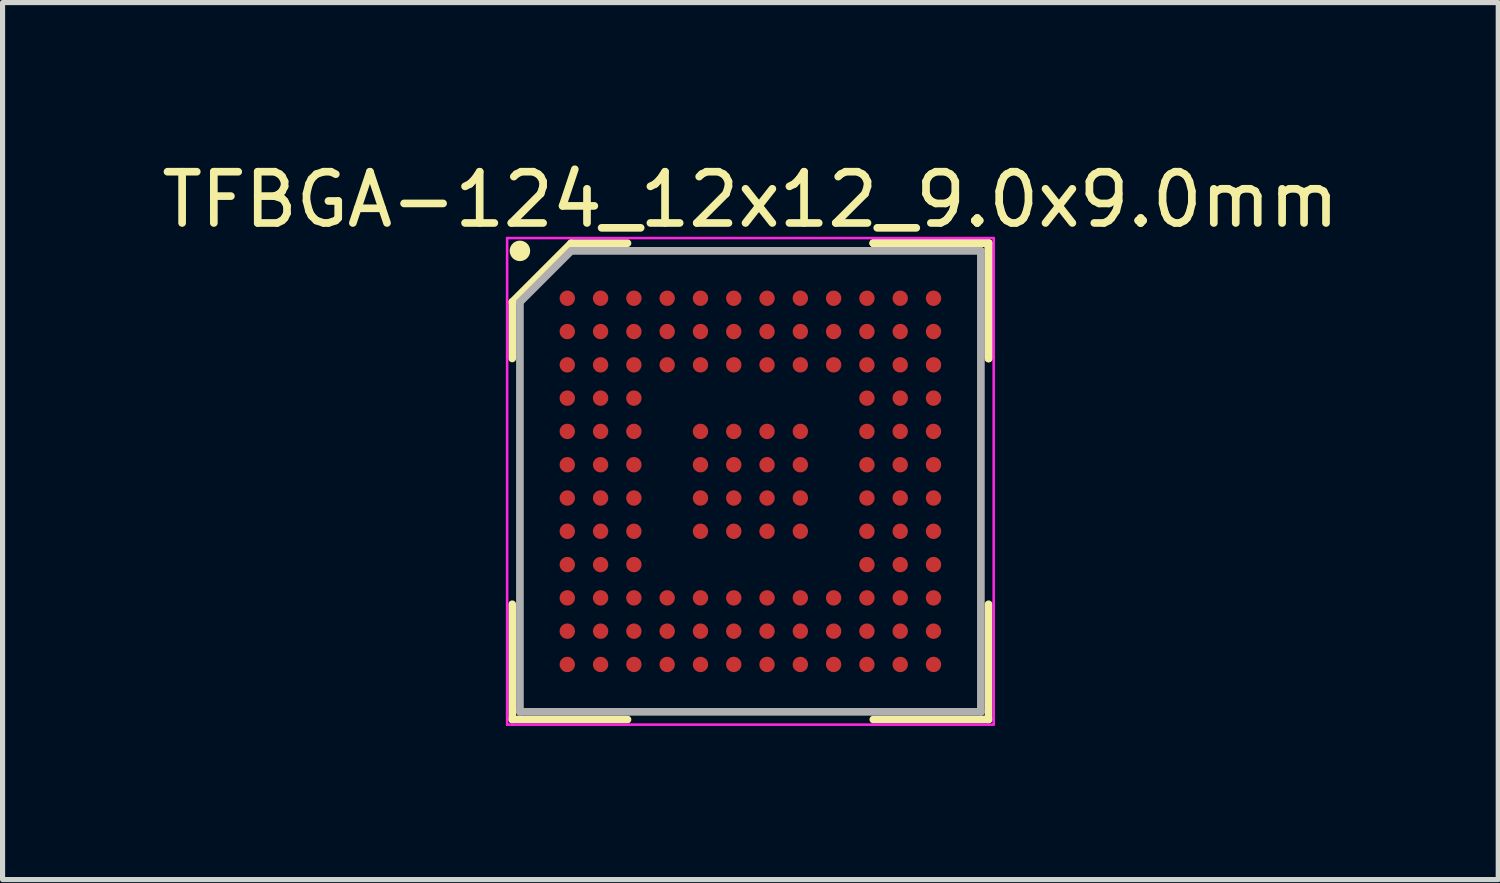
<source format=kicad_pcb>
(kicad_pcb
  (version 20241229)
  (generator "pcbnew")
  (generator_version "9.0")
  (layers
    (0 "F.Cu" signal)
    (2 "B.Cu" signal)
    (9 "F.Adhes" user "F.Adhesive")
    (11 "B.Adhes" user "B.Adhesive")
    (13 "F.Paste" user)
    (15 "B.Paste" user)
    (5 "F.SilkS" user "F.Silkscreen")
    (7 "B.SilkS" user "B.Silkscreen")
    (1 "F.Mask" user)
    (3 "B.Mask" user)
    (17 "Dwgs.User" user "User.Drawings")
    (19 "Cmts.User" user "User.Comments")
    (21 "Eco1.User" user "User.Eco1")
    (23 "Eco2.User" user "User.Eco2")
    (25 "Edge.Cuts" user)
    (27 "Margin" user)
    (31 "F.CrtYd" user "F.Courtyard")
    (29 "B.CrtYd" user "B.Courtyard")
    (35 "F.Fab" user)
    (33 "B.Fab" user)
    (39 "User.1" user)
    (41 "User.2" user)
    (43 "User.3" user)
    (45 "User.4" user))
  (footprint "TFBGA-124_12x12_9.0x9.0mm"
    (layer "F.Cu")
    (at 11.601 6.348)
    (property "Reference" "TFBGA-124_12x12_9.0x9.0mm" (at 0 -5.5 0) (layer "F.SilkS") (effects (font (size 1 1) (thickness 0.15))))
    (attr smd)
    (fp_line (start -4.65 -3.5) (end -4.65 -2.4) (stroke (width 0.15) (type solid)) (layer "F.SilkS"))
    (fp_line (start -4.65 4.65) (end -4.65 2.4) (stroke (width 0.15) (type solid)) (layer "F.SilkS"))
    (fp_line (start -3.5 -4.65) (end -4.65 -3.5) (stroke (width 0.15) (type solid)) (layer "F.SilkS"))
    (fp_line (start -2.4 -4.65) (end -3.5 -4.65) (stroke (width 0.15) (type solid)) (layer "F.SilkS"))
    (fp_line (start -2.4 4.65) (end -4.65 4.65) (stroke (width 0.15) (type solid)) (layer "F.SilkS"))
    (fp_line (start 2.4 -4.65) (end 4.65 -4.65) (stroke (width 0.15) (type solid)) (layer "F.SilkS"))
    (fp_line (start 2.4 -4.65) (end 4.65 -4.65) (stroke (width 0.15) (type solid)) (layer "F.SilkS"))
    (fp_line (start 2.4 -4.65) (end 4.65 -4.65) (stroke (width 0.15) (type solid)) (layer "F.SilkS"))
    (fp_line (start 2.4 4.65) (end 4.65 4.65) (stroke (width 0.15) (type solid)) (layer "F.SilkS"))
    (fp_line (start 4.65 -4.65) (end 4.65 -2.4) (stroke (width 0.15) (type solid)) (layer "F.SilkS"))
    (fp_line (start 4.65 -4.65) (end 4.65 -2.4) (stroke (width 0.15) (type solid)) (layer "F.SilkS"))
    (fp_line (start 4.65 -4.65) (end 4.65 -2.4) (stroke (width 0.15) (type solid)) (layer "F.SilkS"))
    (fp_line (start 4.65 4.65) (end 4.65 2.4) (stroke (width 0.15) (type solid)) (layer "F.SilkS"))
    (fp_circle (center -4.5 -4.5) (end -4.5 -4.4) (stroke (width 0.2) (type solid)) (fill no) (layer "F.SilkS"))
    (fp_line (start -4.75 -4.75) (end 4.75 -4.75) (stroke (width 0.05) (type solid)) (layer "F.CrtYd"))
    (fp_line (start -4.75 4.75) (end -4.75 -4.75) (stroke (width 0.05) (type solid)) (layer "F.CrtYd"))
    (fp_line (start 4.75 -4.75) (end 4.75 4.75) (stroke (width 0.05) (type solid)) (layer "F.CrtYd"))
    (fp_line (start 4.75 4.75) (end -4.75 4.75) (stroke (width 0.05) (type solid)) (layer "F.CrtYd"))
    (fp_line (start -4.5 -3.5) (end -4.5 4.5) (stroke (width 0.15) (type solid)) (layer "F.Fab"))
    (fp_line (start -4.5 4.5) (end 4.5 4.5) (stroke (width 0.15) (type solid)) (layer "F.Fab"))
    (fp_line (start -3.5 -4.5) (end -4.5 -3.5) (stroke (width 0.15) (type solid)) (layer "F.Fab"))
    (fp_line (start 4.5 -4.5) (end -3.5 -4.5) (stroke (width 0.15) (type solid)) (layer "F.Fab"))
    (fp_line (start 4.5 4.5) (end 4.5 -4.5) (stroke (width 0.15) (type solid)) (layer "F.Fab"))
    (pad "A1" smd circle (at -3.575 -3.575) (size 0.3 0.3) (layers "F.Cu" "F.Mask" "F.Paste"))
    (pad "A2" smd circle (at -2.925 -3.575) (size 0.3 0.3) (layers "F.Cu" "F.Mask" "F.Paste"))
    (pad "A3" smd circle (at -2.275 -3.575) (size 0.3 0.3) (layers "F.Cu" "F.Mask" "F.Paste"))
    (pad "A4" smd circle (at -1.625 -3.575) (size 0.3 0.3) (layers "F.Cu" "F.Mask" "F.Paste"))
    (pad "A5" smd circle (at -0.975 -3.575) (size 0.3 0.3) (layers "F.Cu" "F.Mask" "F.Paste"))
    (pad "A6" smd circle (at -0.325 -3.575) (size 0.3 0.3) (layers "F.Cu" "F.Mask" "F.Paste"))
    (pad "A7" smd circle (at 0.325 -3.575) (size 0.3 0.3) (layers "F.Cu" "F.Mask" "F.Paste"))
    (pad "A8" smd circle (at 0.975 -3.575) (size 0.3 0.3) (layers "F.Cu" "F.Mask" "F.Paste"))
    (pad "A9" smd circle (at 1.625 -3.575) (size 0.3 0.3) (layers "F.Cu" "F.Mask" "F.Paste"))
    (pad "A10" smd circle (at 2.275 -3.575) (size 0.3 0.3) (layers "F.Cu" "F.Mask" "F.Paste"))
    (pad "A11" smd circle (at 2.925 -3.575) (size 0.3 0.3) (layers "F.Cu" "F.Mask" "F.Paste"))
    (pad "A12" smd circle (at 3.575 -3.575) (size 0.3 0.3) (layers "F.Cu" "F.Mask" "F.Paste"))
    (pad "B1" smd circle (at -3.575 -2.925) (size 0.3 0.3) (layers "F.Cu" "F.Mask" "F.Paste"))
    (pad "B2" smd circle (at -2.925 -2.925) (size 0.3 0.3) (layers "F.Cu" "F.Mask" "F.Paste"))
    (pad "B3" smd circle (at -2.275 -2.925) (size 0.3 0.3) (layers "F.Cu" "F.Mask" "F.Paste"))
    (pad "B4" smd circle (at -1.625 -2.925) (size 0.3 0.3) (layers "F.Cu" "F.Mask" "F.Paste"))
    (pad "B5" smd circle (at -0.975 -2.925) (size 0.3 0.3) (layers "F.Cu" "F.Mask" "F.Paste"))
    (pad "B6" smd circle (at -0.325 -2.925) (size 0.3 0.3) (layers "F.Cu" "F.Mask" "F.Paste"))
    (pad "B7" smd circle (at 0.325 -2.925) (size 0.3 0.3) (layers "F.Cu" "F.Mask" "F.Paste"))
    (pad "B8" smd circle (at 0.975 -2.925) (size 0.3 0.3) (layers "F.Cu" "F.Mask" "F.Paste"))
    (pad "B9" smd circle (at 1.625 -2.925) (size 0.3 0.3) (layers "F.Cu" "F.Mask" "F.Paste"))
    (pad "B10" smd circle (at 2.275 -2.925) (size 0.3 0.3) (layers "F.Cu" "F.Mask" "F.Paste"))
    (pad "B11" smd circle (at 2.925 -2.925) (size 0.3 0.3) (layers "F.Cu" "F.Mask" "F.Paste"))
    (pad "B12" smd circle (at 3.575 -2.925) (size 0.3 0.3) (layers "F.Cu" "F.Mask" "F.Paste"))
    (pad "C1" smd circle (at -3.575 -2.275) (size 0.3 0.3) (layers "F.Cu" "F.Mask" "F.Paste"))
    (pad "C2" smd circle (at -2.925 -2.275) (size 0.3 0.3) (layers "F.Cu" "F.Mask" "F.Paste"))
    (pad "C3" smd circle (at -2.275 -2.275) (size 0.3 0.3) (layers "F.Cu" "F.Mask" "F.Paste"))
    (pad "C4" smd circle (at -1.625 -2.275) (size 0.3 0.3) (layers "F.Cu" "F.Mask" "F.Paste"))
    (pad "C5" smd circle (at -0.975 -2.275) (size 0.3 0.3) (layers "F.Cu" "F.Mask" "F.Paste"))
    (pad "C6" smd circle (at -0.325 -2.275) (size 0.3 0.3) (layers "F.Cu" "F.Mask" "F.Paste"))
    (pad "C7" smd circle (at 0.325 -2.275) (size 0.3 0.3) (layers "F.Cu" "F.Mask" "F.Paste"))
    (pad "C8" smd circle (at 0.975 -2.275) (size 0.3 0.3) (layers "F.Cu" "F.Mask" "F.Paste"))
    (pad "C9" smd circle (at 1.625 -2.275) (size 0.3 0.3) (layers "F.Cu" "F.Mask" "F.Paste"))
    (pad "C10" smd circle (at 2.275 -2.275) (size 0.3 0.3) (layers "F.Cu" "F.Mask" "F.Paste"))
    (pad "C11" smd circle (at 2.925 -2.275) (size 0.3 0.3) (layers "F.Cu" "F.Mask" "F.Paste"))
    (pad "C12" smd circle (at 3.575 -2.275) (size 0.3 0.3) (layers "F.Cu" "F.Mask" "F.Paste"))
    (pad "D1" smd circle (at -3.575 -1.625) (size 0.3 0.3) (layers "F.Cu" "F.Mask" "F.Paste"))
    (pad "D2" smd circle (at -2.925 -1.625) (size 0.3 0.3) (layers "F.Cu" "F.Mask" "F.Paste"))
    (pad "D3" smd circle (at -2.275 -1.625) (size 0.3 0.3) (layers "F.Cu" "F.Mask" "F.Paste"))
    (pad "D10" smd circle (at 2.275 -1.625) (size 0.3 0.3) (layers "F.Cu" "F.Mask" "F.Paste"))
    (pad "D11" smd circle (at 2.925 -1.625) (size 0.3 0.3) (layers "F.Cu" "F.Mask" "F.Paste"))
    (pad "D12" smd circle (at 3.575 -1.625) (size 0.3 0.3) (layers "F.Cu" "F.Mask" "F.Paste"))
    (pad "E1" smd circle (at -3.575 -0.975) (size 0.3 0.3) (layers "F.Cu" "F.Mask" "F.Paste"))
    (pad "E2" smd circle (at -2.925 -0.975) (size 0.3 0.3) (layers "F.Cu" "F.Mask" "F.Paste"))
    (pad "E3" smd circle (at -2.275 -0.975) (size 0.3 0.3) (layers "F.Cu" "F.Mask" "F.Paste"))
    (pad "E5" smd circle (at -0.975 -0.975) (size 0.3 0.3) (layers "F.Cu" "F.Mask" "F.Paste"))
    (pad "E6" smd circle (at -0.325 -0.975) (size 0.3 0.3) (layers "F.Cu" "F.Mask" "F.Paste"))
    (pad "E7" smd circle (at 0.325 -0.975) (size 0.3 0.3) (layers "F.Cu" "F.Mask" "F.Paste"))
    (pad "E8" smd circle (at 0.975 -0.975) (size 0.3 0.3) (layers "F.Cu" "F.Mask" "F.Paste"))
    (pad "E10" smd circle (at 2.275 -0.975) (size 0.3 0.3) (layers "F.Cu" "F.Mask" "F.Paste"))
    (pad "E11" smd circle (at 2.925 -0.975) (size 0.3 0.3) (layers "F.Cu" "F.Mask" "F.Paste"))
    (pad "E12" smd circle (at 3.575 -0.975) (size 0.3 0.3) (layers "F.Cu" "F.Mask" "F.Paste"))
    (pad "F1" smd circle (at -3.575 -0.325) (size 0.3 0.3) (layers "F.Cu" "F.Mask" "F.Paste"))
    (pad "F2" smd circle (at -2.925 -0.325) (size 0.3 0.3) (layers "F.Cu" "F.Mask" "F.Paste"))
    (pad "F3" smd circle (at -2.275 -0.325) (size 0.3 0.3) (layers "F.Cu" "F.Mask" "F.Paste"))
    (pad "F5" smd circle (at -0.975 -0.325) (size 0.3 0.3) (layers "F.Cu" "F.Mask" "F.Paste"))
    (pad "F6" smd circle (at -0.325 -0.325) (size 0.3 0.3) (layers "F.Cu" "F.Mask" "F.Paste"))
    (pad "F7" smd circle (at 0.325 -0.325) (size 0.3 0.3) (layers "F.Cu" "F.Mask" "F.Paste"))
    (pad "F8" smd circle (at 0.975 -0.325) (size 0.3 0.3) (layers "F.Cu" "F.Mask" "F.Paste"))
    (pad "F10" smd circle (at 2.275 -0.325) (size 0.3 0.3) (layers "F.Cu" "F.Mask" "F.Paste"))
    (pad "F11" smd circle (at 2.925 -0.325) (size 0.3 0.3) (layers "F.Cu" "F.Mask" "F.Paste"))
    (pad "F12" smd circle (at 3.575 -0.325) (size 0.3 0.3) (layers "F.Cu" "F.Mask" "F.Paste"))
    (pad "G1" smd circle (at -3.575 0.325) (size 0.3 0.3) (layers "F.Cu" "F.Mask" "F.Paste"))
    (pad "G2" smd circle (at -2.925 0.325) (size 0.3 0.3) (layers "F.Cu" "F.Mask" "F.Paste"))
    (pad "G3" smd circle (at -2.275 0.325) (size 0.3 0.3) (layers "F.Cu" "F.Mask" "F.Paste"))
    (pad "G5" smd circle (at -0.975 0.325) (size 0.3 0.3) (layers "F.Cu" "F.Mask" "F.Paste"))
    (pad "G6" smd circle (at -0.325 0.325) (size 0.3 0.3) (layers "F.Cu" "F.Mask" "F.Paste"))
    (pad "G7" smd circle (at 0.325 0.325) (size 0.3 0.3) (layers "F.Cu" "F.Mask" "F.Paste"))
    (pad "G8" smd circle (at 0.975 0.325) (size 0.3 0.3) (layers "F.Cu" "F.Mask" "F.Paste"))
    (pad "G10" smd circle (at 2.275 0.325) (size 0.3 0.3) (layers "F.Cu" "F.Mask" "F.Paste"))
    (pad "G11" smd circle (at 2.925 0.325) (size 0.3 0.3) (layers "F.Cu" "F.Mask" "F.Paste"))
    (pad "G12" smd circle (at 3.575 0.325) (size 0.3 0.3) (layers "F.Cu" "F.Mask" "F.Paste"))
    (pad "H1" smd circle (at -3.575 0.975) (size 0.3 0.3) (layers "F.Cu" "F.Mask" "F.Paste"))
    (pad "H2" smd circle (at -2.925 0.975) (size 0.3 0.3) (layers "F.Cu" "F.Mask" "F.Paste"))
    (pad "H3" smd circle (at -2.275 0.975) (size 0.3 0.3) (layers "F.Cu" "F.Mask" "F.Paste"))
    (pad "H5" smd circle (at -0.975 0.975) (size 0.3 0.3) (layers "F.Cu" "F.Mask" "F.Paste"))
    (pad "H6" smd circle (at -0.325 0.975) (size 0.3 0.3) (layers "F.Cu" "F.Mask" "F.Paste"))
    (pad "H7" smd circle (at 0.325 0.975) (size 0.3 0.3) (layers "F.Cu" "F.Mask" "F.Paste"))
    (pad "H8" smd circle (at 0.975 0.975) (size 0.3 0.3) (layers "F.Cu" "F.Mask" "F.Paste"))
    (pad "H10" smd circle (at 2.275 0.975) (size 0.3 0.3) (layers "F.Cu" "F.Mask" "F.Paste"))
    (pad "H11" smd circle (at 2.925 0.975) (size 0.3 0.3) (layers "F.Cu" "F.Mask" "F.Paste"))
    (pad "H12" smd circle (at 3.575 0.975) (size 0.3 0.3) (layers "F.Cu" "F.Mask" "F.Paste"))
    (pad "J1" smd circle (at -3.575 1.625) (size 0.3 0.3) (layers "F.Cu" "F.Mask" "F.Paste"))
    (pad "J2" smd circle (at -2.925 1.625) (size 0.3 0.3) (layers "F.Cu" "F.Mask" "F.Paste"))
    (pad "J3" smd circle (at -2.275 1.625) (size 0.3 0.3) (layers "F.Cu" "F.Mask" "F.Paste"))
    (pad "J10" smd circle (at 2.275 1.625) (size 0.3 0.3) (layers "F.Cu" "F.Mask" "F.Paste"))
    (pad "J11" smd circle (at 2.925 1.625) (size 0.3 0.3) (layers "F.Cu" "F.Mask" "F.Paste"))
    (pad "J12" smd circle (at 3.575 1.625) (size 0.3 0.3) (layers "F.Cu" "F.Mask" "F.Paste"))
    (pad "K1" smd circle (at -3.575 2.275) (size 0.3 0.3) (layers "F.Cu" "F.Mask" "F.Paste"))
    (pad "K2" smd circle (at -2.925 2.275) (size 0.3 0.3) (layers "F.Cu" "F.Mask" "F.Paste"))
    (pad "K3" smd circle (at -2.275 2.275) (size 0.3 0.3) (layers "F.Cu" "F.Mask" "F.Paste"))
    (pad "K4" smd circle (at -1.625 2.275) (size 0.3 0.3) (layers "F.Cu" "F.Mask" "F.Paste"))
    (pad "K5" smd circle (at -0.975 2.275) (size 0.3 0.3) (layers "F.Cu" "F.Mask" "F.Paste"))
    (pad "K6" smd circle (at -0.325 2.275) (size 0.3 0.3) (layers "F.Cu" "F.Mask" "F.Paste"))
    (pad "K7" smd circle (at 0.325 2.275) (size 0.3 0.3) (layers "F.Cu" "F.Mask" "F.Paste"))
    (pad "K8" smd circle (at 0.975 2.275) (size 0.3 0.3) (layers "F.Cu" "F.Mask" "F.Paste"))
    (pad "K9" smd circle (at 1.625 2.275) (size 0.3 0.3) (layers "F.Cu" "F.Mask" "F.Paste"))
    (pad "K10" smd circle (at 2.275 2.275) (size 0.3 0.3) (layers "F.Cu" "F.Mask" "F.Paste"))
    (pad "K11" smd circle (at 2.925 2.275) (size 0.3 0.3) (layers "F.Cu" "F.Mask" "F.Paste"))
    (pad "K12" smd circle (at 3.575 2.275) (size 0.3 0.3) (layers "F.Cu" "F.Mask" "F.Paste"))
    (pad "L1" smd circle (at -3.575 2.925) (size 0.3 0.3) (layers "F.Cu" "F.Mask" "F.Paste"))
    (pad "L2" smd circle (at -2.925 2.925) (size 0.3 0.3) (layers "F.Cu" "F.Mask" "F.Paste"))
    (pad "L3" smd circle (at -2.275 2.925) (size 0.3 0.3) (layers "F.Cu" "F.Mask" "F.Paste"))
    (pad "L4" smd circle (at -1.625 2.925) (size 0.3 0.3) (layers "F.Cu" "F.Mask" "F.Paste"))
    (pad "L5" smd circle (at -0.975 2.925) (size 0.3 0.3) (layers "F.Cu" "F.Mask" "F.Paste"))
    (pad "L6" smd circle (at -0.325 2.925) (size 0.3 0.3) (layers "F.Cu" "F.Mask" "F.Paste"))
    (pad "L7" smd circle (at 0.325 2.925) (size 0.3 0.3) (layers "F.Cu" "F.Mask" "F.Paste"))
    (pad "L8" smd circle (at 0.975 2.925) (size 0.3 0.3) (layers "F.Cu" "F.Mask" "F.Paste"))
    (pad "L9" smd circle (at 1.625 2.925) (size 0.3 0.3) (layers "F.Cu" "F.Mask" "F.Paste"))
    (pad "L10" smd circle (at 2.275 2.925) (size 0.3 0.3) (layers "F.Cu" "F.Mask" "F.Paste"))
    (pad "L11" smd circle (at 2.925 2.925) (size 0.3 0.3) (layers "F.Cu" "F.Mask" "F.Paste"))
    (pad "L12" smd circle (at 3.575 2.925) (size 0.3 0.3) (layers "F.Cu" "F.Mask" "F.Paste"))
    (pad "M1" smd circle (at -3.575 3.575) (size 0.3 0.3) (layers "F.Cu" "F.Mask" "F.Paste"))
    (pad "M2" smd circle (at -2.925 3.575) (size 0.3 0.3) (layers "F.Cu" "F.Mask" "F.Paste"))
    (pad "M3" smd circle (at -2.275 3.575) (size 0.3 0.3) (layers "F.Cu" "F.Mask" "F.Paste"))
    (pad "M4" smd circle (at -1.625 3.575) (size 0.3 0.3) (layers "F.Cu" "F.Mask" "F.Paste"))
    (pad "M5" smd circle (at -0.975 3.575) (size 0.3 0.3) (layers "F.Cu" "F.Mask" "F.Paste"))
    (pad "M6" smd circle (at -0.325 3.575) (size 0.3 0.3) (layers "F.Cu" "F.Mask" "F.Paste"))
    (pad "M7" smd circle (at 0.325 3.575) (size 0.3 0.3) (layers "F.Cu" "F.Mask" "F.Paste"))
    (pad "M8" smd circle (at 0.975 3.575) (size 0.3 0.3) (layers "F.Cu" "F.Mask" "F.Paste"))
    (pad "M9" smd circle (at 1.625 3.575) (size 0.3 0.3) (layers "F.Cu" "F.Mask" "F.Paste"))
    (pad "M10" smd circle (at 2.275 3.575) (size 0.3 0.3) (layers "F.Cu" "F.Mask" "F.Paste"))
    (pad "M11" smd circle (at 2.925 3.575) (size 0.3 0.3) (layers "F.Cu" "F.Mask" "F.Paste"))
    (pad "M12" smd circle (at 3.575 3.575) (size 0.3 0.3) (layers "F.Cu" "F.Mask" "F.Paste")))
  (gr_rect
    (start -3 -3)
    (end 26.202 14.123)
    (stroke (width 0.1) (type default))
    (fill no)
    (layer "Edge.Cuts")))
</source>
